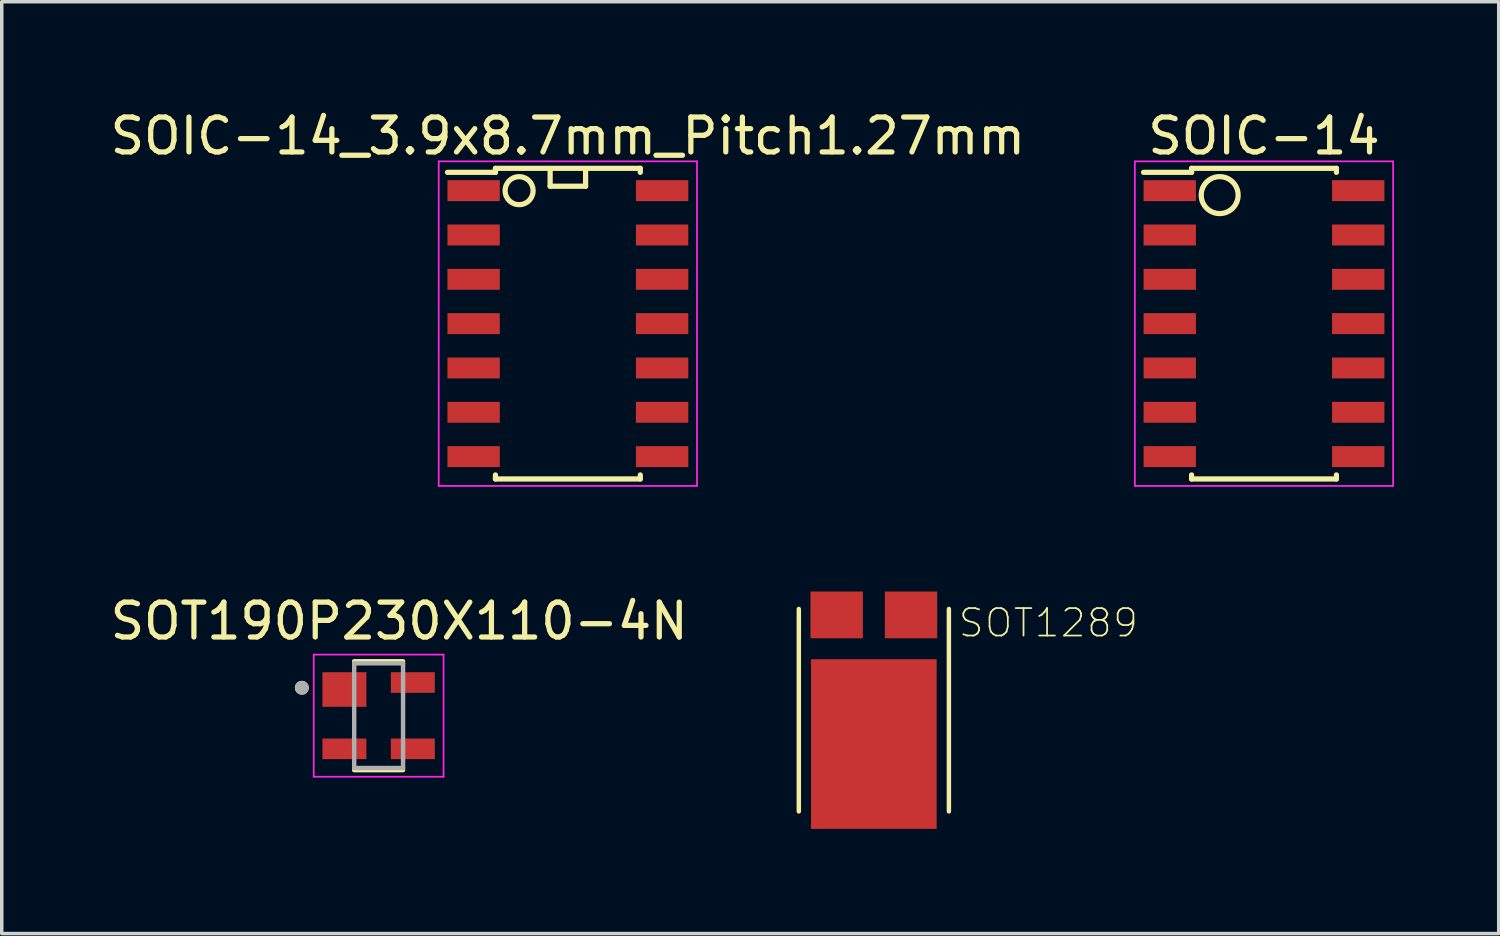
<source format=kicad_pcb>
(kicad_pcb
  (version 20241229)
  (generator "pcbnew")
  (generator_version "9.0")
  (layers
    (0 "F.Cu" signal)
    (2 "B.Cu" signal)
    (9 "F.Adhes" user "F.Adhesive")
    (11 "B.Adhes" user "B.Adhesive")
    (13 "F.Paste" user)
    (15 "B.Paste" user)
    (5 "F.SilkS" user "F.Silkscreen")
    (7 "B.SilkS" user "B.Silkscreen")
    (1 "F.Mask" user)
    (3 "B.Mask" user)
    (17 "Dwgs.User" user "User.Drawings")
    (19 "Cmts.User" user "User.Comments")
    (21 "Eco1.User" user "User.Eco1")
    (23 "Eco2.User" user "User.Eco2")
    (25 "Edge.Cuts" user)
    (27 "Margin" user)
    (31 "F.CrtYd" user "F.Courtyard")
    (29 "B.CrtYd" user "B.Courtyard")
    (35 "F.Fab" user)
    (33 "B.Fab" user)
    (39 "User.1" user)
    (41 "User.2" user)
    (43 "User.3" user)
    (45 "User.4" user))
  (footprint "SOIC-14_3.9x8.7mm_Pitch1.27mm"
    (layer "F.Cu")
    (at 13.22 6.223)
    (property "Reference" "SOIC-14_3.9x8.7mm_Pitch1.27mm" (at 0 -5.375 0) (layer "F.SilkS") (effects (font (size 1 1) (thickness 0.15))))
    (attr smd)
    (fp_line (start -2.075 -4.45) (end -2.075 -4.335) (stroke (width 0.15) (type solid)) (layer "F.SilkS"))
    (fp_line (start -2.075 -4.45) (end 2.075 -4.45) (stroke (width 0.15) (type solid)) (layer "F.SilkS"))
    (fp_line (start -2.075 -4.335) (end -3.45 -4.335) (stroke (width 0.15) (type solid)) (layer "F.SilkS"))
    (fp_line (start -2.075 4.45) (end -2.075 4.335) (stroke (width 0.15) (type solid)) (layer "F.SilkS"))
    (fp_line (start -2.075 4.45) (end 2.075 4.45) (stroke (width 0.15) (type solid)) (layer "F.SilkS"))
    (fp_line (start -0.508 -4.445) (end -0.508 -3.937) (stroke (width 0.15) (type solid)) (layer "F.SilkS"))
    (fp_line (start -0.508 -3.937) (end 0.508 -3.937) (stroke (width 0.15) (type solid)) (layer "F.SilkS"))
    (fp_line (start 0.508 -3.937) (end 0.508 -4.445) (stroke (width 0.15) (type solid)) (layer "F.SilkS"))
    (fp_line (start 2.075 -4.45) (end 2.075 -4.335) (stroke (width 0.15) (type solid)) (layer "F.SilkS"))
    (fp_line (start 2.075 4.45) (end 2.075 4.335) (stroke (width 0.15) (type solid)) (layer "F.SilkS"))
    (fp_circle (center -1.397 -3.81) (end -1.016 -3.683) (stroke (width 0.15) (type solid)) (fill no) (layer "F.SilkS"))
    (fp_line (start -3.7 -4.65) (end -3.7 4.65) (stroke (width 0.05) (type solid)) (layer "F.CrtYd"))
    (fp_line (start -3.7 -4.65) (end 3.7 -4.65) (stroke (width 0.05) (type solid)) (layer "F.CrtYd"))
    (fp_line (start -3.7 4.65) (end 3.7 4.65) (stroke (width 0.05) (type solid)) (layer "F.CrtYd"))
    (fp_line (start 3.7 -4.65) (end 3.7 4.65) (stroke (width 0.05) (type solid)) (layer "F.CrtYd"))
    (pad "1" smd rect (at -2.7 -3.81) (size 1.5 0.6) (layers "F.Cu" "F.Mask" "F.Paste"))
    (pad "2" smd rect (at -2.7 -2.54) (size 1.5 0.6) (layers "F.Cu" "F.Mask" "F.Paste"))
    (pad "3" smd rect (at -2.7 -1.27) (size 1.5 0.6) (layers "F.Cu" "F.Mask" "F.Paste"))
    (pad "4" smd rect (at -2.7 0) (size 1.5 0.6) (layers "F.Cu" "F.Mask" "F.Paste"))
    (pad "5" smd rect (at -2.7 1.27) (size 1.5 0.6) (layers "F.Cu" "F.Mask" "F.Paste"))
    (pad "6" smd rect (at -2.7 2.54) (size 1.5 0.6) (layers "F.Cu" "F.Mask" "F.Paste"))
    (pad "7" smd rect (at -2.7 3.81) (size 1.5 0.6) (layers "F.Cu" "F.Mask" "F.Paste"))
    (pad "8" smd rect (at 2.7 3.81) (size 1.5 0.6) (layers "F.Cu" "F.Mask" "F.Paste"))
    (pad "9" smd rect (at 2.7 2.54) (size 1.5 0.6) (layers "F.Cu" "F.Mask" "F.Paste"))
    (pad "10" smd rect (at 2.7 1.27) (size 1.5 0.6) (layers "F.Cu" "F.Mask" "F.Paste"))
    (pad "11" smd rect (at 2.7 0) (size 1.5 0.6) (layers "F.Cu" "F.Mask" "F.Paste"))
    (pad "12" smd rect (at 2.7 -1.27) (size 1.5 0.6) (layers "F.Cu" "F.Mask" "F.Paste"))
    (pad "13" smd rect (at 2.7 -2.54) (size 1.5 0.6) (layers "F.Cu" "F.Mask" "F.Paste"))
    (pad "14" smd rect (at 2.7 -3.81) (size 1.5 0.6) (layers "F.Cu" "F.Mask" "F.Paste")))
  (footprint "SOT190P230X110-4N"
    (layer "F.Cu")
    (at 7.798 17.455)
    (property "Reference" "SOT190P230X110-4N" (at 0.589 -2.709 0) (layer "F.SilkS") (effects (font (size 1 1) (thickness 0.15))))
    (attr through_hole)
    (fp_line (start -0.7 1.559) (end 0.7 1.559) (stroke (width 0.127) (type solid)) (layer "F.SilkS"))
    (fp_line (start 0.7 -1.559) (end -0.7 -1.559) (stroke (width 0.127) (type solid)) (layer "F.SilkS"))
    (fp_circle (center -2.2 -0.8) (end -2.1 -0.8) (stroke (width 0.2) (type solid)) (fill no) (layer "F.SilkS"))
    (fp_line (start -1.86 -1.75) (end 1.86 -1.75) (stroke (width 0.05) (type solid)) (layer "F.CrtYd"))
    (fp_line (start -1.86 1.75) (end -1.86 -1.75) (stroke (width 0.05) (type solid)) (layer "F.CrtYd"))
    (fp_line (start 1.86 -1.75) (end 1.86 1.75) (stroke (width 0.05) (type solid)) (layer "F.CrtYd"))
    (fp_line (start 1.86 1.75) (end -1.86 1.75) (stroke (width 0.05) (type solid)) (layer "F.CrtYd"))
    (fp_line (start -0.7 -1.5) (end -0.7 1.5) (stroke (width 0.127) (type solid)) (layer "F.Fab"))
    (fp_line (start -0.7 1.5) (end 0.7 1.5) (stroke (width 0.127) (type solid)) (layer "F.Fab"))
    (fp_line (start 0.7 -1.5) (end -0.7 -1.5) (stroke (width 0.127) (type solid)) (layer "F.Fab"))
    (fp_line (start 0.7 1.5) (end 0.7 -1.5) (stroke (width 0.127) (type solid)) (layer "F.Fab"))
    (fp_circle (center -2.2 -0.8) (end -2.1 -0.8) (stroke (width 0.2) (type solid)) (fill no) (layer "F.Fab"))
    (pad "1" smd rect (at -0.98 -0.75) (size 1.26 0.99) (layers "F.Cu" "F.Mask" "F.Paste"))
    (pad "2" smd rect (at -0.98 0.95) (size 1.26 0.59) (layers "F.Cu" "F.Mask" "F.Paste"))
    (pad "3" smd rect (at 0.98 0.95) (size 1.26 0.59) (layers "F.Cu" "F.Mask" "F.Paste"))
    (pad "4" smd rect (at 0.98 -0.95) (size 1.26 0.59) (layers "F.Cu" "F.Mask" "F.Paste")))
  (footprint "SOIC-14"
    (layer "F.Cu")
    (at 33.165 6.223)
    (property "Reference" "SOIC-14" (at 0 -5.375 0) (layer "F.SilkS") (effects (font (size 1 1) (thickness 0.15))))
    (attr smd)
    (fp_line (start -2.075 -4.45) (end -2.075 -4.335) (stroke (width 0.15) (type solid)) (layer "F.SilkS"))
    (fp_line (start -2.075 -4.45) (end 2.075 -4.45) (stroke (width 0.15) (type solid)) (layer "F.SilkS"))
    (fp_line (start -2.075 -4.335) (end -3.45 -4.335) (stroke (width 0.15) (type solid)) (layer "F.SilkS"))
    (fp_line (start -2.075 4.45) (end -2.075 4.335) (stroke (width 0.15) (type solid)) (layer "F.SilkS"))
    (fp_line (start -2.075 4.45) (end 2.075 4.45) (stroke (width 0.15) (type solid)) (layer "F.SilkS"))
    (fp_line (start 2.075 -4.45) (end 2.075 -4.335) (stroke (width 0.15) (type solid)) (layer "F.SilkS"))
    (fp_line (start 2.075 4.45) (end 2.075 4.335) (stroke (width 0.15) (type solid)) (layer "F.SilkS"))
    (fp_circle (center -1.27 -3.683) (end -0.838 -3.378) (stroke (width 0.15) (type solid)) (fill no) (layer "F.SilkS"))
    (fp_line (start -3.7 -4.65) (end -3.7 4.65) (stroke (width 0.05) (type solid)) (layer "F.CrtYd"))
    (fp_line (start -3.7 -4.65) (end 3.7 -4.65) (stroke (width 0.05) (type solid)) (layer "F.CrtYd"))
    (fp_line (start -3.7 4.65) (end 3.7 4.65) (stroke (width 0.05) (type solid)) (layer "F.CrtYd"))
    (fp_line (start 3.7 -4.65) (end 3.7 4.65) (stroke (width 0.05) (type solid)) (layer "F.CrtYd"))
    (pad "1" smd rect (at -2.7 -3.81) (size 1.5 0.6) (layers "F.Cu" "F.Mask" "F.Paste"))
    (pad "2" smd rect (at -2.7 -2.54) (size 1.5 0.6) (layers "F.Cu" "F.Mask" "F.Paste"))
    (pad "3" smd rect (at -2.7 -1.27) (size 1.5 0.6) (layers "F.Cu" "F.Mask" "F.Paste"))
    (pad "4" smd rect (at -2.7 0) (size 1.5 0.6) (layers "F.Cu" "F.Mask" "F.Paste"))
    (pad "5" smd rect (at -2.7 1.27) (size 1.5 0.6) (layers "F.Cu" "F.Mask" "F.Paste"))
    (pad "6" smd rect (at -2.7 2.54) (size 1.5 0.6) (layers "F.Cu" "F.Mask" "F.Paste"))
    (pad "7" smd rect (at -2.7 3.81) (size 1.5 0.6) (layers "F.Cu" "F.Mask" "F.Paste"))
    (pad "8" smd rect (at 2.7 3.81) (size 1.5 0.6) (layers "F.Cu" "F.Mask" "F.Paste"))
    (pad "9" smd rect (at 2.7 2.54) (size 1.5 0.6) (layers "F.Cu" "F.Mask" "F.Paste"))
    (pad "10" smd rect (at 2.7 1.27) (size 1.5 0.6) (layers "F.Cu" "F.Mask" "F.Paste"))
    (pad "11" smd rect (at 2.7 0) (size 1.5 0.6) (layers "F.Cu" "F.Mask" "F.Paste"))
    (pad "12" smd rect (at 2.7 -1.27) (size 1.5 0.6) (layers "F.Cu" "F.Mask" "F.Paste"))
    (pad "13" smd rect (at 2.7 -2.54) (size 1.5 0.6) (layers "F.Cu" "F.Mask" "F.Paste"))
    (pad "14" smd rect (at 2.7 -3.81) (size 1.5 0.6) (layers "F.Cu" "F.Mask" "F.Paste")))
  (footprint "SOT1289"
    (layer "F.Cu")
    (at 21.987 17.298)
    (property "Reference" "SOT1289" (at 5 -2.5 0) (layer "F.SilkS") (effects (font (size 0.787 0.787) (thickness 0.05))))
    (attr smd)
    (fp_line (start -2.15 -2.9) (end -2.15 2.9) (stroke (width 0.127) (type solid)) (layer "F.SilkS"))
    (fp_line (start 2.15 2.9) (end 2.15 -2.9) (stroke (width 0.127) (type solid)) (layer "F.SilkS"))
    (fp_poly (pts (xy -1.765 -3.35) (xy -0.365 -3.35) (xy -0.365 -2.11) (xy -1.765 -2.11)) (stroke (width 0) (type solid)) (fill yes) (layer "F.Paste"))
    (fp_poly (pts (xy -1.7 -1.35) (xy -0.1 -1.35) (xy -0.1 0.55) (xy -1.7 0.55)) (stroke (width 0) (type solid)) (fill yes) (layer "F.Paste"))
    (fp_poly (pts (xy -1.7 0.75) (xy -0.1 0.75) (xy -0.1 2.65) (xy -1.7 2.65)) (stroke (width 0) (type solid)) (fill yes) (layer "F.Paste"))
    (fp_poly (pts (xy -1.2 2.85) (xy 1.2 2.85) (xy 1.2 3.35) (xy -1.2 3.35)) (stroke (width 0) (type solid)) (fill yes) (layer "F.Paste"))
    (fp_poly (pts (xy 0.1 -1.35) (xy 1.7 -1.35) (xy 1.7 0.55) (xy 0.1 0.55)) (stroke (width 0) (type solid)) (fill yes) (layer "F.Paste"))
    (fp_poly (pts (xy 0.1 0.75) (xy 1.7 0.75) (xy 1.7 2.65) (xy 0.1 2.65)) (stroke (width 0) (type solid)) (fill yes) (layer "F.Paste"))
    (fp_poly (pts (xy 0.365 -3.35) (xy 1.765 -3.35) (xy 1.765 -2.11) (xy 0.365 -2.11)) (stroke (width 0) (type solid)) (fill yes) (layer "F.Paste"))
    (fp_line (start -2.15 2.9) (end 2.15 2.9) (stroke (width 0.127) (type solid)) (layer "Eco2.User"))
    (fp_line (start 2.15 -2.9) (end -2.15 -2.9) (stroke (width 0.127) (type solid)) (layer "Eco2.User"))
    (fp_poly (pts (xy -1.665 -2.9) (xy -1.665 -3.25) (xy -0.465 -3.25) (xy -0.465 -2.9)) (stroke (width 0.127) (type solid)) (fill no) (layer "Eco2.User"))
    (fp_poly (pts (xy -1 2.9) (xy 1 2.9) (xy 1 3.25) (xy -1 3.25)) (stroke (width 0.1) (type solid)) (fill no) (layer "Eco2.User"))
    (fp_poly (pts (xy 0.465 -2.9) (xy 0.465 -3.25) (xy 1.665 -3.25) (xy 1.665 -2.9)) (stroke (width 0.127) (type solid)) (fill no) (layer "Eco2.User"))
    (pad "1" smd rect (at -1.065 -2.73) (size 1.5 1.34) (layers "F.Cu" "F.Mask" "F.Paste"))
    (pad "2" smd rect (at 1.065 -2.73) (size 1.5 1.34) (layers "F.Cu" "F.Mask" "F.Paste"))
    (pad "3" smd rect (at 0 0.97) (size 3.6 4.86) (layers "F.Cu" "F.Mask" "F.Paste")))
  (gr_rect
    (start -3 -3)
    (end 39.89 23.698)
    (stroke (width 0.1) (type default))
    (fill no)
    (layer "Edge.Cuts")))
</source>
